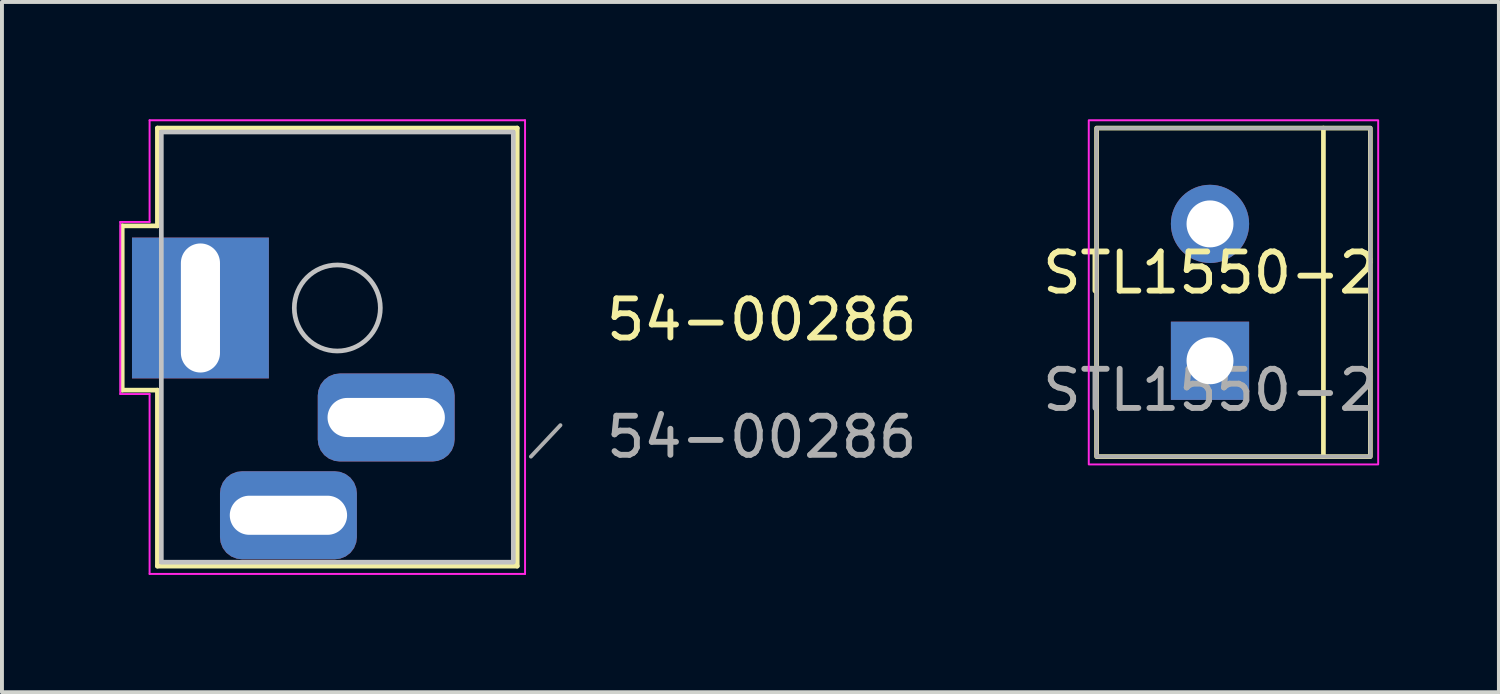
<source format=kicad_pcb>
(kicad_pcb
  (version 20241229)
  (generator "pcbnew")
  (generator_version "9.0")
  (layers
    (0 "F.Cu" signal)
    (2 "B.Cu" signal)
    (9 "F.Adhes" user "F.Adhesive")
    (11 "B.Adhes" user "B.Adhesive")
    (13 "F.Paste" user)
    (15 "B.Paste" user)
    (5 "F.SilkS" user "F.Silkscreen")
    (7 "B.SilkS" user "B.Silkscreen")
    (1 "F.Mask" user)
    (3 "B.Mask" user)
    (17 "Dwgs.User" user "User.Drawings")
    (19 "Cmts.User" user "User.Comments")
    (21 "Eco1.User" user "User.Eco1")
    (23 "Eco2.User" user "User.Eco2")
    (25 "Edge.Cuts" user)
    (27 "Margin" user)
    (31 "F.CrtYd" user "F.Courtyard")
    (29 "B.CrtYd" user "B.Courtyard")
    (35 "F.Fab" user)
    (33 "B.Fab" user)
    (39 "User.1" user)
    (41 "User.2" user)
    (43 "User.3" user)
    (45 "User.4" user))
  (footprint "54-00286"
    (layer "F.Cu")
    (at 5.575 4.825)
    (property "Reference" "54-00286" (at 10.85 0.3 0) (unlocked yes) (layer "F.SilkS") (effects (font (size 1 1) (thickness 0.15))))
    (attr through_hole)
    (fp_line (start -5.5 -2.1) (end -4.6 -2.1) (stroke (width 0.12) (type default)) (layer "F.SilkS"))
    (fp_line (start -5.5 2.1) (end -5.5 -2.1) (stroke (width 0.12) (type default)) (layer "F.SilkS"))
    (fp_line (start -4.6 -4.6) (end 4.6 -4.6) (stroke (width 0.12) (type default)) (layer "F.SilkS"))
    (fp_line (start -4.6 -2.1) (end -4.6 -4.6) (stroke (width 0.12) (type default)) (layer "F.SilkS"))
    (fp_line (start -4.6 2.1) (end -5.5 2.1) (stroke (width 0.12) (type default)) (layer "F.SilkS"))
    (fp_line (start -4.6 6.6) (end -4.6 2.1) (stroke (width 0.12) (type default)) (layer "F.SilkS"))
    (fp_line (start 4.6 -4.6) (end 4.6 6.6) (stroke (width 0.12) (type default)) (layer "F.SilkS"))
    (fp_line (start 4.6 6.6) (end -4.6 6.6) (stroke (width 0.12) (type default)) (layer "F.SilkS"))
    (fp_rect (start -4.5 -4.5) (end 4.5 6.5) (stroke (width 0.12) (type default)) (fill no) (layer "Dwgs.User"))
    (fp_circle (center 0 0) (end 1.1 0) (stroke (width 0.12) (type default)) (fill no) (layer "Dwgs.User"))
    (fp_line (start -5.55 -2.2) (end -4.8 -2.2) (stroke (width 0.05) (type solid)) (layer "F.CrtYd"))
    (fp_line (start -5.55 2.2) (end -5.55 -2.2) (stroke (width 0.05) (type solid)) (layer "F.CrtYd"))
    (fp_line (start -4.8 -4.8) (end 4.8 -4.8) (stroke (width 0.05) (type default)) (layer "F.CrtYd"))
    (fp_line (start -4.8 -2.2) (end -4.8 -4.8) (stroke (width 0.05) (type default)) (layer "F.CrtYd"))
    (fp_line (start -4.8 2.2) (end -5.55 2.2) (stroke (width 0.05) (type solid)) (layer "F.CrtYd"))
    (fp_line (start -4.8 6.8) (end -4.8 2.2) (stroke (width 0.05) (type default)) (layer "F.CrtYd"))
    (fp_line (start 4.8 -4.8) (end 4.8 6.8) (stroke (width 0.05) (type default)) (layer "F.CrtYd"))
    (fp_line (start 4.8 6.8) (end -4.8 6.8) (stroke (width 0.05) (type default)) (layer "F.CrtYd"))
    (fp_line (start 5.705 2.997) (end 4.95 3.8) (stroke (width 0.1) (type solid)) (layer "F.Fab"))
    (fp_text user "${REFERENCE}" (at 10.85 3.3 0) (unlocked yes) (layer "F.Fab") (effects (font (size 1 1) (thickness 0.15))))
    (pad "1" thru_hole rect (at -3.5 0 270) (size 3.6 3.5) (drill oval 3.3 1) (layers "*.Cu" "*.Mask"))
    (pad "2" thru_hole roundrect (at -1.25 5.3 270) (size 2.25 3.5) (drill oval 1 3) (layers "*.Cu" "*.Mask") (roundrect_rratio 0.25))
    (pad "3" thru_hole roundrect (at 1.25 2.8 270) (size 2.25 3.5) (drill oval 1 3) (layers "*.Cu" "*.Mask") (roundrect_rratio 0.25)))
  (footprint "STL1550-2"
    (layer "F.Cu")
    (at 27.889 4.425)
    (property "Reference" "STL1550-2" (at 0 -0.5 0) (unlocked yes) (layer "F.SilkS") (effects (font (size 1 1) (thickness 0.15))))
    (attr through_hole)
    (fp_line (start 2.9 -4.2) (end 2.9 4.2) (stroke (width 0.12) (type default)) (layer "F.SilkS"))
    (fp_rect (start -2.9 -4.2) (end 4.1 4.2) (stroke (width 0.12) (type default)) (fill no) (layer "F.SilkS"))
    (fp_rect (start -3.1 -4.4) (end 4.3 4.4) (stroke (width 0.05) (type default)) (fill no) (layer "F.CrtYd"))
    (fp_rect (start -2.9 -4.2) (end 4.1 4.2) (stroke (width 0.1) (type default)) (fill no) (layer "F.Fab"))
    (fp_text user "${REFERENCE}" (at 0 2.5 0) (unlocked yes) (layer "F.Fab") (effects (font (size 1 1) (thickness 0.15))))
    (pad "1" thru_hole rect (at 0 1.75) (size 2 2) (drill 1.2) (layers "*.Cu" "*.Mask"))
    (pad "2" thru_hole circle (at 0 -1.75) (size 2 2) (drill 1.2) (layers "*.Cu" "*.Mask")))
  (gr_rect
    (start -3 -3)
    (end 35.276 14.65)
    (stroke (width 0.1) (type default))
    (fill no)
    (layer "Edge.Cuts")))
</source>
